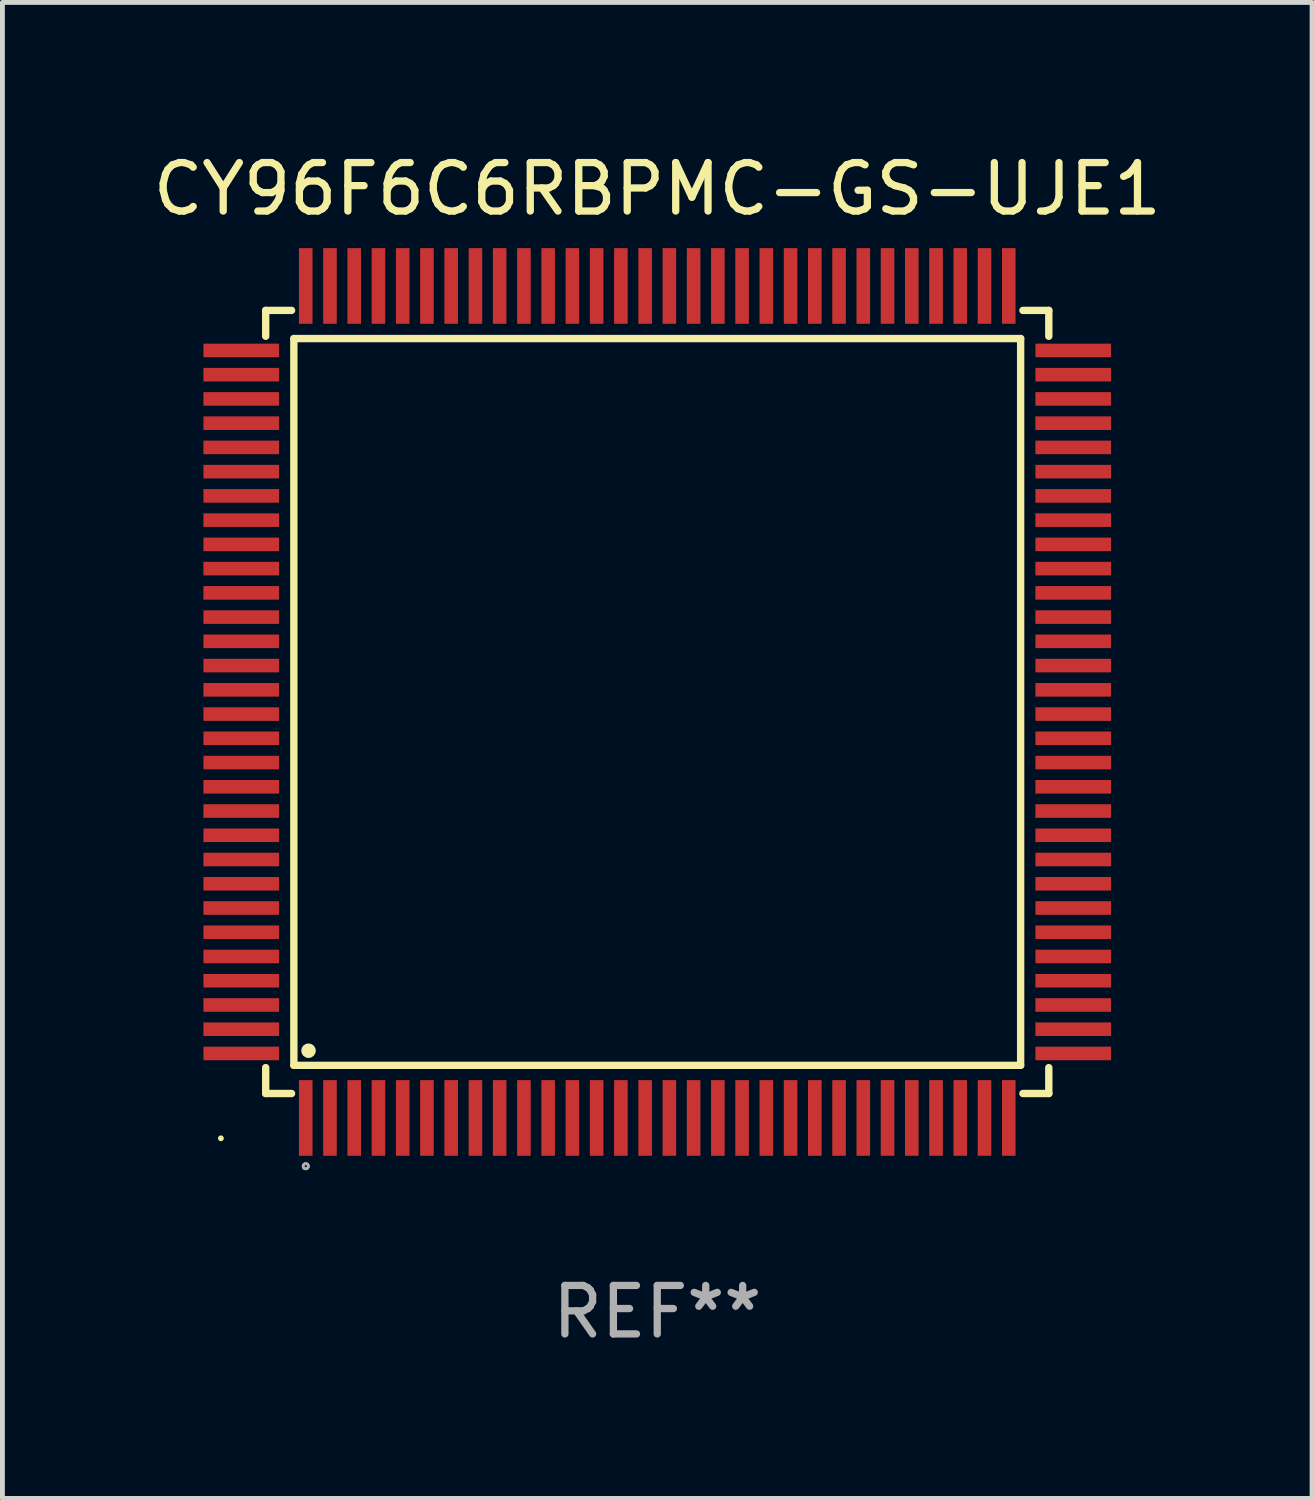
<source format=kicad_pcb>
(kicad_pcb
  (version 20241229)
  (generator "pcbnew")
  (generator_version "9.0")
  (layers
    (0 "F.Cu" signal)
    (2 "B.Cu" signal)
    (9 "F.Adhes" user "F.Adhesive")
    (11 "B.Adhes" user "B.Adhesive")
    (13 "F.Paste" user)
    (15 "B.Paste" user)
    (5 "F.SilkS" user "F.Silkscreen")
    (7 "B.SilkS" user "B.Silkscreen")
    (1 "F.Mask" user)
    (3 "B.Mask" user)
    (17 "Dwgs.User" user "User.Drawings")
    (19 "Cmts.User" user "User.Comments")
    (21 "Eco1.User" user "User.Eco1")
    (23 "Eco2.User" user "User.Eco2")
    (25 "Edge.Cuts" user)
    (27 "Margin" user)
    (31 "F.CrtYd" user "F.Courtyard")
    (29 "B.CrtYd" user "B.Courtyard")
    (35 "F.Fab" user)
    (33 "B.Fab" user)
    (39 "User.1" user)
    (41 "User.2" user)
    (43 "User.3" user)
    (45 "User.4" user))
  (footprint "CY96F6C6RBPMC-GS-UJE1"
    (layer "F.Cu")
    (at 10.506 11.428)
    (property "Reference" "CY96F6C6RBPMC-GS-UJE1" (at 0 -10.58 0) (layer "F.SilkS") (effects (font (size 1 1) (thickness 0.15))))
    (attr through_hole)
    (fp_line (start -8.076 -8.076) (end -8.076 -7.542) (stroke (width 0.152) (type solid)) (layer "F.SilkS"))
    (fp_line (start -8.076 8.076) (end -8.076 7.542) (stroke (width 0.152) (type solid)) (layer "F.SilkS"))
    (fp_line (start -7.542 -8.076) (end -8.076 -8.076) (stroke (width 0.152) (type solid)) (layer "F.SilkS"))
    (fp_line (start -7.542 8.076) (end -8.076 8.076) (stroke (width 0.152) (type solid)) (layer "F.SilkS"))
    (fp_line (start -7.495 -7.495) (end 7.495 -7.495) (stroke (width 0.152) (type solid)) (layer "F.SilkS"))
    (fp_line (start -7.495 7.495) (end -7.495 -7.495) (stroke (width 0.152) (type solid)) (layer "F.SilkS"))
    (fp_line (start 7.495 -7.495) (end 7.495 7.495) (stroke (width 0.152) (type solid)) (layer "F.SilkS"))
    (fp_line (start 7.495 7.495) (end -7.495 7.495) (stroke (width 0.152) (type solid)) (layer "F.SilkS"))
    (fp_line (start 7.542 -8.076) (end 8.076 -8.076) (stroke (width 0.152) (type solid)) (layer "F.SilkS"))
    (fp_line (start 7.542 8.076) (end 8.076 8.076) (stroke (width 0.152) (type solid)) (layer "F.SilkS"))
    (fp_line (start 8.076 -8.076) (end 8.076 -7.542) (stroke (width 0.152) (type solid)) (layer "F.SilkS"))
    (fp_line (start 8.076 8.076) (end 8.076 7.542) (stroke (width 0.152) (type solid)) (layer "F.SilkS"))
    (fp_circle (center -9 9) (end -8.97 9) (stroke (width 0.06) (type solid)) (fill no) (layer "F.SilkS"))
    (fp_circle (center -7.25 9.576) (end -7.223 9.576) (stroke (width 0.055) (type solid)) (fill no) (layer "F.SilkS"))
    (fp_circle (center -7.193 7.193) (end -7.118 7.193) (stroke (width 0.15) (type solid)) (fill no) (layer "F.SilkS"))
    (fp_circle (center -7.25 9.576) (end -7.223 9.576) (stroke (width 0.055) (type solid)) (fill no) (layer "F.Fab"))
    (fp_text user "REF**" (at 0 12.58 0) (layer "F.Fab") (effects (font (size 1 1) (thickness 0.15))))
    (pad "1" smd rect (at -7.25 8.58) (size 0.28 1.56) (layers "F.Cu" "F.Mask" "F.Paste"))
    (pad "2" smd rect (at -6.75 8.58) (size 0.28 1.56) (layers "F.Cu" "F.Mask" "F.Paste"))
    (pad "3" smd rect (at -6.25 8.58) (size 0.28 1.56) (layers "F.Cu" "F.Mask" "F.Paste"))
    (pad "4" smd rect (at -5.75 8.58) (size 0.28 1.56) (layers "F.Cu" "F.Mask" "F.Paste"))
    (pad "5" smd rect (at -5.25 8.58) (size 0.28 1.56) (layers "F.Cu" "F.Mask" "F.Paste"))
    (pad "6" smd rect (at -4.75 8.58) (size 0.28 1.56) (layers "F.Cu" "F.Mask" "F.Paste"))
    (pad "7" smd rect (at -4.25 8.58) (size 0.28 1.56) (layers "F.Cu" "F.Mask" "F.Paste"))
    (pad "8" smd rect (at -3.75 8.58) (size 0.28 1.56) (layers "F.Cu" "F.Mask" "F.Paste"))
    (pad "9" smd rect (at -3.25 8.58) (size 0.28 1.56) (layers "F.Cu" "F.Mask" "F.Paste"))
    (pad "10" smd rect (at -2.75 8.58) (size 0.28 1.56) (layers "F.Cu" "F.Mask" "F.Paste"))
    (pad "11" smd rect (at -2.25 8.58) (size 0.28 1.56) (layers "F.Cu" "F.Mask" "F.Paste"))
    (pad "12" smd rect (at -1.75 8.58) (size 0.28 1.56) (layers "F.Cu" "F.Mask" "F.Paste"))
    (pad "13" smd rect (at -1.25 8.58) (size 0.28 1.56) (layers "F.Cu" "F.Mask" "F.Paste"))
    (pad "14" smd rect (at -0.75 8.58) (size 0.28 1.56) (layers "F.Cu" "F.Mask" "F.Paste"))
    (pad "15" smd rect (at -0.25 8.58) (size 0.28 1.56) (layers "F.Cu" "F.Mask" "F.Paste"))
    (pad "16" smd rect (at 0.25 8.58) (size 0.28 1.56) (layers "F.Cu" "F.Mask" "F.Paste"))
    (pad "17" smd rect (at 0.75 8.58) (size 0.28 1.56) (layers "F.Cu" "F.Mask" "F.Paste"))
    (pad "18" smd rect (at 1.25 8.58) (size 0.28 1.56) (layers "F.Cu" "F.Mask" "F.Paste"))
    (pad "19" smd rect (at 1.75 8.58) (size 0.28 1.56) (layers "F.Cu" "F.Mask" "F.Paste"))
    (pad "20" smd rect (at 2.25 8.58) (size 0.28 1.56) (layers "F.Cu" "F.Mask" "F.Paste"))
    (pad "21" smd rect (at 2.75 8.58) (size 0.28 1.56) (layers "F.Cu" "F.Mask" "F.Paste"))
    (pad "22" smd rect (at 3.25 8.58) (size 0.28 1.56) (layers "F.Cu" "F.Mask" "F.Paste"))
    (pad "23" smd rect (at 3.75 8.58) (size 0.28 1.56) (layers "F.Cu" "F.Mask" "F.Paste"))
    (pad "24" smd rect (at 4.25 8.58) (size 0.28 1.56) (layers "F.Cu" "F.Mask" "F.Paste"))
    (pad "25" smd rect (at 4.75 8.58) (size 0.28 1.56) (layers "F.Cu" "F.Mask" "F.Paste"))
    (pad "26" smd rect (at 5.25 8.58) (size 0.28 1.56) (layers "F.Cu" "F.Mask" "F.Paste"))
    (pad "27" smd rect (at 5.75 8.58) (size 0.28 1.56) (layers "F.Cu" "F.Mask" "F.Paste"))
    (pad "28" smd rect (at 6.25 8.58) (size 0.28 1.56) (layers "F.Cu" "F.Mask" "F.Paste"))
    (pad "29" smd rect (at 6.75 8.58) (size 0.28 1.56) (layers "F.Cu" "F.Mask" "F.Paste"))
    (pad "30" smd rect (at 7.25 8.58) (size 0.28 1.56) (layers "F.Cu" "F.Mask" "F.Paste"))
    (pad "31" smd rect (at 8.58 7.25) (size 1.56 0.28) (layers "F.Cu" "F.Mask" "F.Paste"))
    (pad "32" smd rect (at 8.58 6.75) (size 1.56 0.28) (layers "F.Cu" "F.Mask" "F.Paste"))
    (pad "33" smd rect (at 8.58 6.25) (size 1.56 0.28) (layers "F.Cu" "F.Mask" "F.Paste"))
    (pad "34" smd rect (at 8.58 5.75) (size 1.56 0.28) (layers "F.Cu" "F.Mask" "F.Paste"))
    (pad "35" smd rect (at 8.58 5.25) (size 1.56 0.28) (layers "F.Cu" "F.Mask" "F.Paste"))
    (pad "36" smd rect (at 8.58 4.75) (size 1.56 0.28) (layers "F.Cu" "F.Mask" "F.Paste"))
    (pad "37" smd rect (at 8.58 4.25) (size 1.56 0.28) (layers "F.Cu" "F.Mask" "F.Paste"))
    (pad "38" smd rect (at 8.58 3.75) (size 1.56 0.28) (layers "F.Cu" "F.Mask" "F.Paste"))
    (pad "39" smd rect (at 8.58 3.25) (size 1.56 0.28) (layers "F.Cu" "F.Mask" "F.Paste"))
    (pad "40" smd rect (at 8.58 2.75) (size 1.56 0.28) (layers "F.Cu" "F.Mask" "F.Paste"))
    (pad "41" smd rect (at 8.58 2.25) (size 1.56 0.28) (layers "F.Cu" "F.Mask" "F.Paste"))
    (pad "42" smd rect (at 8.58 1.75) (size 1.56 0.28) (layers "F.Cu" "F.Mask" "F.Paste"))
    (pad "43" smd rect (at 8.58 1.25) (size 1.56 0.28) (layers "F.Cu" "F.Mask" "F.Paste"))
    (pad "44" smd rect (at 8.58 0.75) (size 1.56 0.28) (layers "F.Cu" "F.Mask" "F.Paste"))
    (pad "45" smd rect (at 8.58 0.25) (size 1.56 0.28) (layers "F.Cu" "F.Mask" "F.Paste"))
    (pad "46" smd rect (at 8.58 -0.25) (size 1.56 0.28) (layers "F.Cu" "F.Mask" "F.Paste"))
    (pad "47" smd rect (at 8.58 -0.75) (size 1.56 0.28) (layers "F.Cu" "F.Mask" "F.Paste"))
    (pad "48" smd rect (at 8.58 -1.25) (size 1.56 0.28) (layers "F.Cu" "F.Mask" "F.Paste"))
    (pad "49" smd rect (at 8.58 -1.75) (size 1.56 0.28) (layers "F.Cu" "F.Mask" "F.Paste"))
    (pad "50" smd rect (at 8.58 -2.25) (size 1.56 0.28) (layers "F.Cu" "F.Mask" "F.Paste"))
    (pad "51" smd rect (at 8.58 -2.75) (size 1.56 0.28) (layers "F.Cu" "F.Mask" "F.Paste"))
    (pad "52" smd rect (at 8.58 -3.25) (size 1.56 0.28) (layers "F.Cu" "F.Mask" "F.Paste"))
    (pad "53" smd rect (at 8.58 -3.75) (size 1.56 0.28) (layers "F.Cu" "F.Mask" "F.Paste"))
    (pad "54" smd rect (at 8.58 -4.25) (size 1.56 0.28) (layers "F.Cu" "F.Mask" "F.Paste"))
    (pad "55" smd rect (at 8.58 -4.75) (size 1.56 0.28) (layers "F.Cu" "F.Mask" "F.Paste"))
    (pad "56" smd rect (at 8.58 -5.25) (size 1.56 0.28) (layers "F.Cu" "F.Mask" "F.Paste"))
    (pad "57" smd rect (at 8.58 -5.75) (size 1.56 0.28) (layers "F.Cu" "F.Mask" "F.Paste"))
    (pad "58" smd rect (at 8.58 -6.25) (size 1.56 0.28) (layers "F.Cu" "F.Mask" "F.Paste"))
    (pad "59" smd rect (at 8.58 -6.75) (size 1.56 0.28) (layers "F.Cu" "F.Mask" "F.Paste"))
    (pad "60" smd rect (at 8.58 -7.25) (size 1.56 0.28) (layers "F.Cu" "F.Mask" "F.Paste"))
    (pad "61" smd rect (at 7.25 -8.58) (size 0.28 1.56) (layers "F.Cu" "F.Mask" "F.Paste"))
    (pad "62" smd rect (at 6.75 -8.58) (size 0.28 1.56) (layers "F.Cu" "F.Mask" "F.Paste"))
    (pad "63" smd rect (at 6.25 -8.58) (size 0.28 1.56) (layers "F.Cu" "F.Mask" "F.Paste"))
    (pad "64" smd rect (at 5.75 -8.58) (size 0.28 1.56) (layers "F.Cu" "F.Mask" "F.Paste"))
    (pad "65" smd rect (at 5.25 -8.58) (size 0.28 1.56) (layers "F.Cu" "F.Mask" "F.Paste"))
    (pad "66" smd rect (at 4.75 -8.58) (size 0.28 1.56) (layers "F.Cu" "F.Mask" "F.Paste"))
    (pad "67" smd rect (at 4.25 -8.58) (size 0.28 1.56) (layers "F.Cu" "F.Mask" "F.Paste"))
    (pad "68" smd rect (at 3.75 -8.58) (size 0.28 1.56) (layers "F.Cu" "F.Mask" "F.Paste"))
    (pad "69" smd rect (at 3.25 -8.58) (size 0.28 1.56) (layers "F.Cu" "F.Mask" "F.Paste"))
    (pad "70" smd rect (at 2.75 -8.58) (size 0.28 1.56) (layers "F.Cu" "F.Mask" "F.Paste"))
    (pad "71" smd rect (at 2.25 -8.58) (size 0.28 1.56) (layers "F.Cu" "F.Mask" "F.Paste"))
    (pad "72" smd rect (at 1.75 -8.58) (size 0.28 1.56) (layers "F.Cu" "F.Mask" "F.Paste"))
    (pad "73" smd rect (at 1.25 -8.58) (size 0.28 1.56) (layers "F.Cu" "F.Mask" "F.Paste"))
    (pad "74" smd rect (at 0.75 -8.58) (size 0.28 1.56) (layers "F.Cu" "F.Mask" "F.Paste"))
    (pad "75" smd rect (at 0.25 -8.58) (size 0.28 1.56) (layers "F.Cu" "F.Mask" "F.Paste"))
    (pad "76" smd rect (at -0.25 -8.58) (size 0.28 1.56) (layers "F.Cu" "F.Mask" "F.Paste"))
    (pad "77" smd rect (at -0.75 -8.58) (size 0.28 1.56) (layers "F.Cu" "F.Mask" "F.Paste"))
    (pad "78" smd rect (at -1.25 -8.58) (size 0.28 1.56) (layers "F.Cu" "F.Mask" "F.Paste"))
    (pad "79" smd rect (at -1.75 -8.58) (size 0.28 1.56) (layers "F.Cu" "F.Mask" "F.Paste"))
    (pad "80" smd rect (at -2.25 -8.58) (size 0.28 1.56) (layers "F.Cu" "F.Mask" "F.Paste"))
    (pad "81" smd rect (at -2.75 -8.58) (size 0.28 1.56) (layers "F.Cu" "F.Mask" "F.Paste"))
    (pad "82" smd rect (at -3.25 -8.58) (size 0.28 1.56) (layers "F.Cu" "F.Mask" "F.Paste"))
    (pad "83" smd rect (at -3.75 -8.58) (size 0.28 1.56) (layers "F.Cu" "F.Mask" "F.Paste"))
    (pad "84" smd rect (at -4.25 -8.58) (size 0.28 1.56) (layers "F.Cu" "F.Mask" "F.Paste"))
    (pad "85" smd rect (at -4.75 -8.58) (size 0.28 1.56) (layers "F.Cu" "F.Mask" "F.Paste"))
    (pad "86" smd rect (at -5.25 -8.58) (size 0.28 1.56) (layers "F.Cu" "F.Mask" "F.Paste"))
    (pad "87" smd rect (at -5.75 -8.58) (size 0.28 1.56) (layers "F.Cu" "F.Mask" "F.Paste"))
    (pad "88" smd rect (at -6.25 -8.58) (size 0.28 1.56) (layers "F.Cu" "F.Mask" "F.Paste"))
    (pad "89" smd rect (at -6.75 -8.58) (size 0.28 1.56) (layers "F.Cu" "F.Mask" "F.Paste"))
    (pad "90" smd rect (at -7.25 -8.58) (size 0.28 1.56) (layers "F.Cu" "F.Mask" "F.Paste"))
    (pad "91" smd rect (at -8.58 -7.25) (size 1.56 0.28) (layers "F.Cu" "F.Mask" "F.Paste"))
    (pad "92" smd rect (at -8.58 -6.75) (size 1.56 0.28) (layers "F.Cu" "F.Mask" "F.Paste"))
    (pad "93" smd rect (at -8.58 -6.25) (size 1.56 0.28) (layers "F.Cu" "F.Mask" "F.Paste"))
    (pad "94" smd rect (at -8.58 -5.75) (size 1.56 0.28) (layers "F.Cu" "F.Mask" "F.Paste"))
    (pad "95" smd rect (at -8.58 -5.25) (size 1.56 0.28) (layers "F.Cu" "F.Mask" "F.Paste"))
    (pad "96" smd rect (at -8.58 -4.75) (size 1.56 0.28) (layers "F.Cu" "F.Mask" "F.Paste"))
    (pad "97" smd rect (at -8.58 -4.25) (size 1.56 0.28) (layers "F.Cu" "F.Mask" "F.Paste"))
    (pad "98" smd rect (at -8.58 -3.75) (size 1.56 0.28) (layers "F.Cu" "F.Mask" "F.Paste"))
    (pad "99" smd rect (at -8.58 -3.25) (size 1.56 0.28) (layers "F.Cu" "F.Mask" "F.Paste"))
    (pad "100" smd rect (at -8.58 -2.75) (size 1.56 0.28) (layers "F.Cu" "F.Mask" "F.Paste"))
    (pad "101" smd rect (at -8.58 -2.25) (size 1.56 0.28) (layers "F.Cu" "F.Mask" "F.Paste"))
    (pad "102" smd rect (at -8.58 -1.75) (size 1.56 0.28) (layers "F.Cu" "F.Mask" "F.Paste"))
    (pad "103" smd rect (at -8.58 -1.25) (size 1.56 0.28) (layers "F.Cu" "F.Mask" "F.Paste"))
    (pad "104" smd rect (at -8.58 -0.75) (size 1.56 0.28) (layers "F.Cu" "F.Mask" "F.Paste"))
    (pad "105" smd rect (at -8.58 -0.25) (size 1.56 0.28) (layers "F.Cu" "F.Mask" "F.Paste"))
    (pad "106" smd rect (at -8.58 0.25) (size 1.56 0.28) (layers "F.Cu" "F.Mask" "F.Paste"))
    (pad "107" smd rect (at -8.58 0.75) (size 1.56 0.28) (layers "F.Cu" "F.Mask" "F.Paste"))
    (pad "108" smd rect (at -8.58 1.25) (size 1.56 0.28) (layers "F.Cu" "F.Mask" "F.Paste"))
    (pad "109" smd rect (at -8.58 1.75) (size 1.56 0.28) (layers "F.Cu" "F.Mask" "F.Paste"))
    (pad "110" smd rect (at -8.58 2.25) (size 1.56 0.28) (layers "F.Cu" "F.Mask" "F.Paste"))
    (pad "111" smd rect (at -8.58 2.75) (size 1.56 0.28) (layers "F.Cu" "F.Mask" "F.Paste"))
    (pad "112" smd rect (at -8.58 3.25) (size 1.56 0.28) (layers "F.Cu" "F.Mask" "F.Paste"))
    (pad "113" smd rect (at -8.58 3.75) (size 1.56 0.28) (layers "F.Cu" "F.Mask" "F.Paste"))
    (pad "114" smd rect (at -8.58 4.25) (size 1.56 0.28) (layers "F.Cu" "F.Mask" "F.Paste"))
    (pad "115" smd rect (at -8.58 4.75) (size 1.56 0.28) (layers "F.Cu" "F.Mask" "F.Paste"))
    (pad "116" smd rect (at -8.58 5.25) (size 1.56 0.28) (layers "F.Cu" "F.Mask" "F.Paste"))
    (pad "117" smd rect (at -8.58 5.75) (size 1.56 0.28) (layers "F.Cu" "F.Mask" "F.Paste"))
    (pad "118" smd rect (at -8.58 6.25) (size 1.56 0.28) (layers "F.Cu" "F.Mask" "F.Paste"))
    (pad "119" smd rect (at -8.58 6.75) (size 1.56 0.28) (layers "F.Cu" "F.Mask" "F.Paste"))
    (pad "120" smd rect (at -8.58 7.25) (size 1.56 0.28) (layers "F.Cu" "F.Mask" "F.Paste")))
  (gr_rect
    (start -3 -3)
    (end 24.012 27.856)
    (stroke (width 0.1) (type default))
    (fill no)
    (layer "Edge.Cuts")))
</source>
